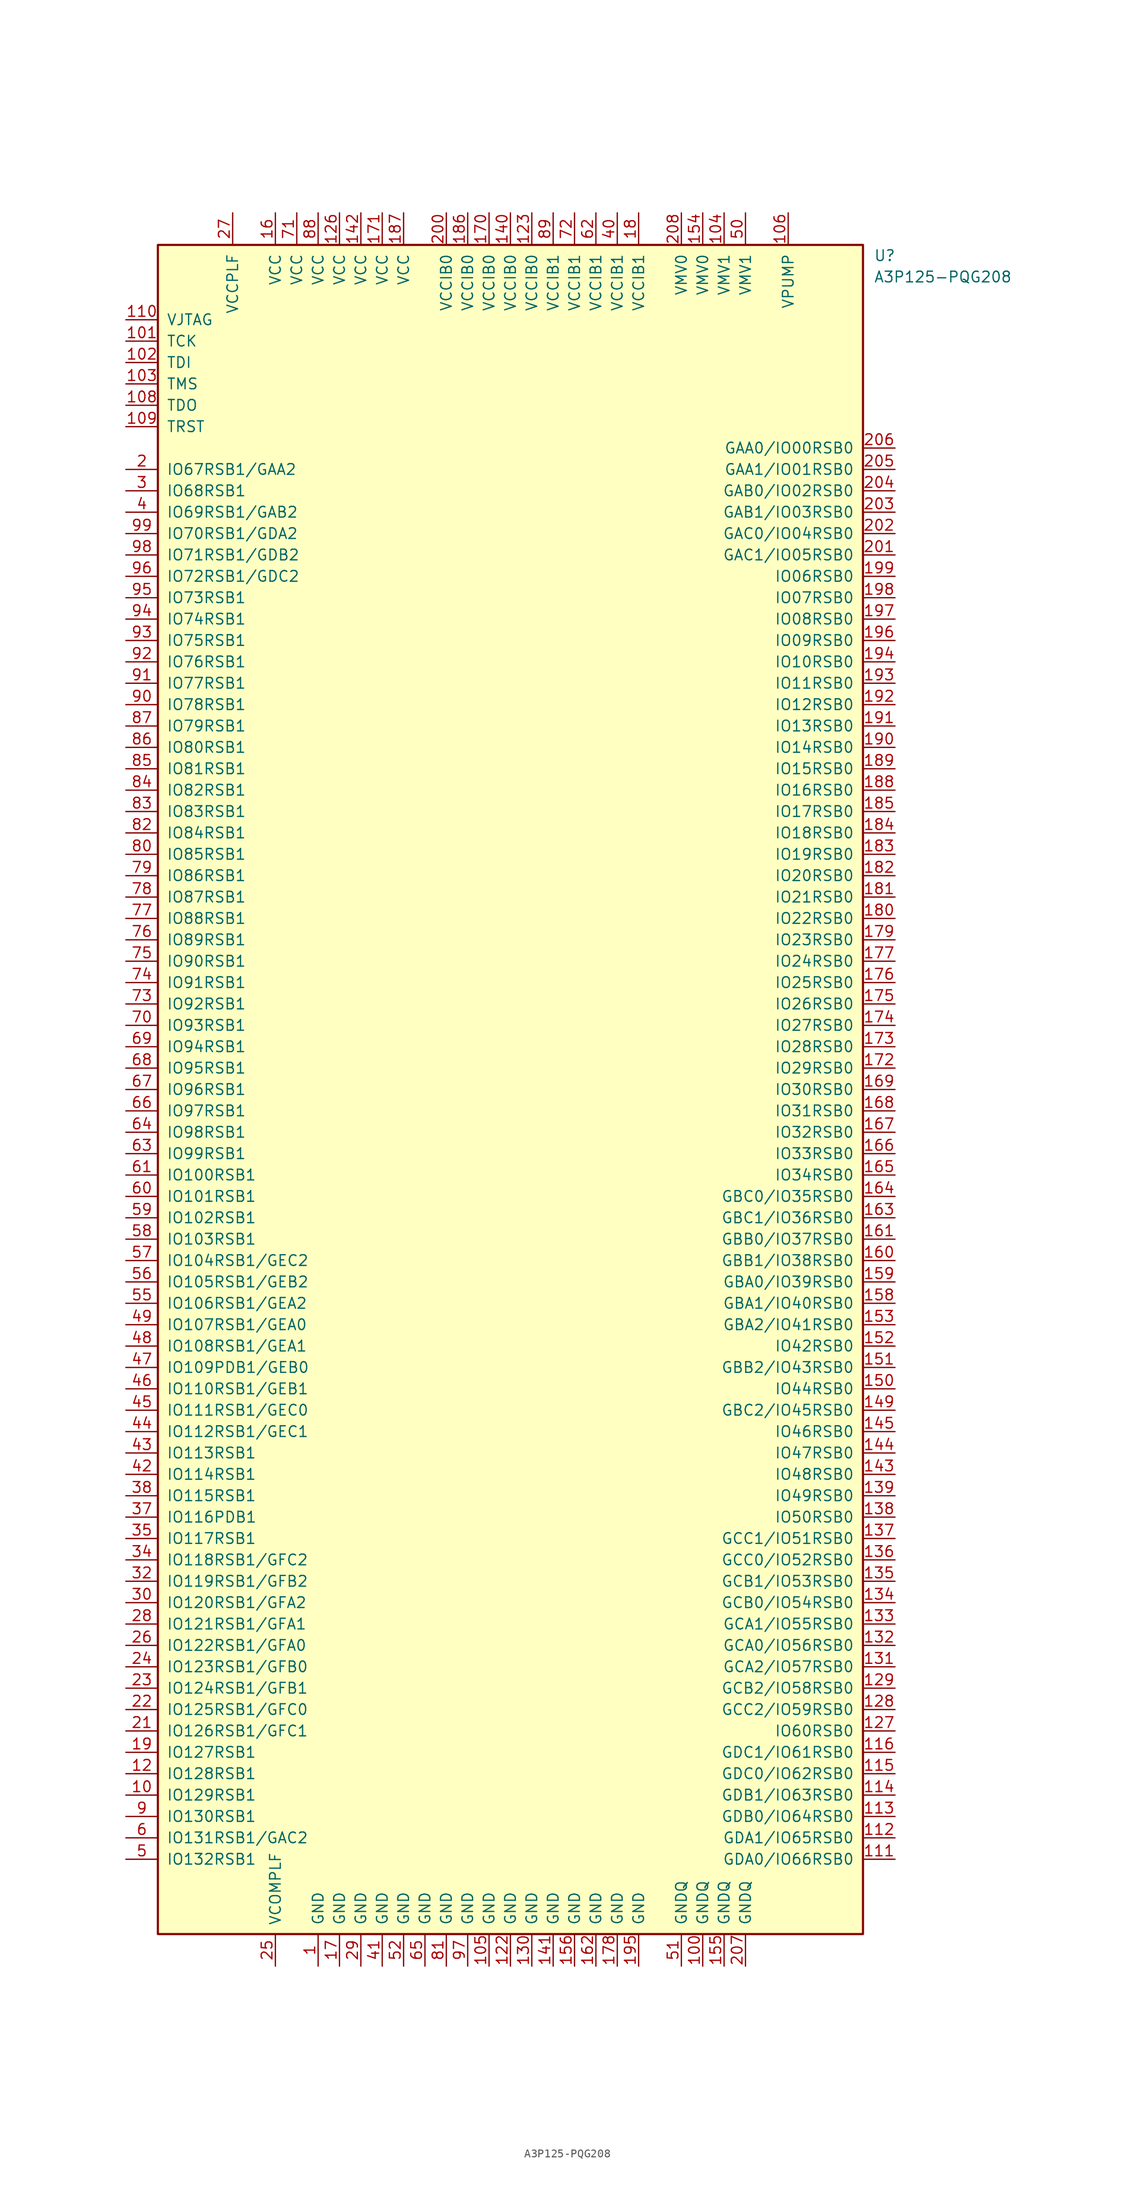
<source format=kicad_sym>
(kicad_symbol_lib
  (version 20211014)
  (generator kicad_symbol_editor)
  (symbol "A3P125-PQG208"
    (pin_names
      (offset 1.016))
    (property "Reference" "U"
      (at 43.18 99.06 0)
      (effects (font (size 1.27 1.27)) (justify left)))
    (property "Value" "A3P125-PQG208"
      (at 43.18 96.52 0)
      (effects (font (size 1.27 1.27)) (justify left)))
    (symbol "A3P125-PQG208_1_0"
      (rectangle (start -41.91 -100.33) (end 41.91 100.33) (stroke (width 0.254) (type default) (color 0 0 0 0)) (fill (type background))))
    (symbol "A3P125-PQG208_1_1"
      (pin power_in line (at -22.86 -104.14 90) (length 3.81) (name "GND" (effects (font (size 1.27 1.27)))) (number "1" (effects (font (size 1.27 1.27)))))
      (pin bidirectional line (at -45.72 -83.82 0) (length 3.81) (name "IO129RSB1" (effects (font (size 1.27 1.27)))) (number "10" (effects (font (size 1.27 1.27)))))
      (pin power_in line (at 22.86 -104.14 90) (length 3.81) (name "GNDQ" (effects (font (size 1.27 1.27)))) (number "100" (effects (font (size 1.27 1.27)))))
      (pin bidirectional line (at -45.72 88.9 0) (length 3.81) (name "TCK" (effects (font (size 1.27 1.27)))) (number "101" (effects (font (size 1.27 1.27)))))
      (pin bidirectional line (at -45.72 86.36 0) (length 3.81) (name "TDI" (effects (font (size 1.27 1.27)))) (number "102" (effects (font (size 1.27 1.27)))))
      (pin bidirectional line (at -45.72 83.82 0) (length 3.81) (name "TMS" (effects (font (size 1.27 1.27)))) (number "103" (effects (font (size 1.27 1.27)))))
      (pin power_in line (at 25.4 104.14 270) (length 3.81) (name "VMV1" (effects (font (size 1.27 1.27)))) (number "104" (effects (font (size 1.27 1.27)))))
      (pin power_in line (at -2.54 -104.14 90) (length 3.81) (name "GND" (effects (font (size 1.27 1.27)))) (number "105" (effects (font (size 1.27 1.27)))))
      (pin power_in line (at 33.02 104.14 270) (length 3.81) (name "VPUMP" (effects (font (size 1.27 1.27)))) (number "106" (effects (font (size 1.27 1.27)))))
      (pin bidirectional line (at -45.72 81.28 0) (length 3.81) (name "TDO" (effects (font (size 1.27 1.27)))) (number "108" (effects (font (size 1.27 1.27)))))
      (pin bidirectional line (at -45.72 78.74 0) (length 3.81) (name "TRST" (effects (font (size 1.27 1.27)))) (number "109" (effects (font (size 1.27 1.27)))))
      (pin power_in line (at -45.72 91.44 0) (length 3.81) (name "VJTAG" (effects (font (size 1.27 1.27)))) (number "110" (effects (font (size 1.27 1.27)))))
      (pin bidirectional line (at 45.72 -91.44 180) (length 3.81) (name "GDA0/IO66RSB0" (effects (font (size 1.27 1.27)))) (number "111" (effects (font (size 1.27 1.27)))))
      (pin bidirectional line (at 45.72 -88.9 180) (length 3.81) (name "GDA1/IO65RSB0" (effects (font (size 1.27 1.27)))) (number "112" (effects (font (size 1.27 1.27)))))
      (pin bidirectional line (at 45.72 -86.36 180) (length 3.81) (name "GDB0/IO64RSB0" (effects (font (size 1.27 1.27)))) (number "113" (effects (font (size 1.27 1.27)))))
      (pin bidirectional line (at 45.72 -83.82 180) (length 3.81) (name "GDB1/IO63RSB0" (effects (font (size 1.27 1.27)))) (number "114" (effects (font (size 1.27 1.27)))))
      (pin bidirectional line (at 45.72 -81.28 180) (length 3.81) (name "GDC0/IO62RSB0" (effects (font (size 1.27 1.27)))) (number "115" (effects (font (size 1.27 1.27)))))
      (pin bidirectional line (at 45.72 -78.74 180) (length 3.81) (name "GDC1/IO61RSB0" (effects (font (size 1.27 1.27)))) (number "116" (effects (font (size 1.27 1.27)))))
      (pin bidirectional line (at -45.72 -81.28 0) (length 3.81) (name "IO128RSB1" (effects (font (size 1.27 1.27)))) (number "12" (effects (font (size 1.27 1.27)))))
      (pin power_in line (at 0 -104.14 90) (length 3.81) (name "GND" (effects (font (size 1.27 1.27)))) (number "122" (effects (font (size 1.27 1.27)))))
      (pin power_in line (at 2.54 104.14 270) (length 3.81) (name "VCCIB0" (effects (font (size 1.27 1.27)))) (number "123" (effects (font (size 1.27 1.27)))))
      (pin power_in line (at -20.32 104.14 270) (length 3.81) (name "VCC" (effects (font (size 1.27 1.27)))) (number "126" (effects (font (size 1.27 1.27)))))
      (pin bidirectional line (at 45.72 -76.2 180) (length 3.81) (name "IO60RSB0" (effects (font (size 1.27 1.27)))) (number "127" (effects (font (size 1.27 1.27)))))
      (pin bidirectional line (at 45.72 -73.66 180) (length 3.81) (name "GCC2/IO59RSB0" (effects (font (size 1.27 1.27)))) (number "128" (effects (font (size 1.27 1.27)))))
      (pin bidirectional line (at 45.72 -71.12 180) (length 3.81) (name "GCB2/IO58RSB0" (effects (font (size 1.27 1.27)))) (number "129" (effects (font (size 1.27 1.27)))))
      (pin power_in line (at 2.54 -104.14 90) (length 3.81) (name "GND" (effects (font (size 1.27 1.27)))) (number "130" (effects (font (size 1.27 1.27)))))
      (pin bidirectional line (at 45.72 -68.58 180) (length 3.81) (name "GCA2/IO57RSB0" (effects (font (size 1.27 1.27)))) (number "131" (effects (font (size 1.27 1.27)))))
      (pin bidirectional line (at 45.72 -66.04 180) (length 3.81) (name "GCA0/IO56RSB0" (effects (font (size 1.27 1.27)))) (number "132" (effects (font (size 1.27 1.27)))))
      (pin bidirectional line (at 45.72 -63.5 180) (length 3.81) (name "GCA1/IO55RSB0" (effects (font (size 1.27 1.27)))) (number "133" (effects (font (size 1.27 1.27)))))
      (pin bidirectional line (at 45.72 -60.96 180) (length 3.81) (name "GCB0/IO54RSB0" (effects (font (size 1.27 1.27)))) (number "134" (effects (font (size 1.27 1.27)))))
      (pin bidirectional line (at 45.72 -58.42 180) (length 3.81) (name "GCB1/IO53RSB0" (effects (font (size 1.27 1.27)))) (number "135" (effects (font (size 1.27 1.27)))))
      (pin bidirectional line (at 45.72 -55.88 180) (length 3.81) (name "GCC0/IO52RSB0" (effects (font (size 1.27 1.27)))) (number "136" (effects (font (size 1.27 1.27)))))
      (pin bidirectional line (at 45.72 -53.34 180) (length 3.81) (name "GCC1/IO51RSB0" (effects (font (size 1.27 1.27)))) (number "137" (effects (font (size 1.27 1.27)))))
      (pin bidirectional line (at 45.72 -50.8 180) (length 3.81) (name "IO50RSB0" (effects (font (size 1.27 1.27)))) (number "138" (effects (font (size 1.27 1.27)))))
      (pin bidirectional line (at 45.72 -48.26 180) (length 3.81) (name "IO49RSB0" (effects (font (size 1.27 1.27)))) (number "139" (effects (font (size 1.27 1.27)))))
      (pin power_in line (at 0 104.14 270) (length 3.81) (name "VCCIB0" (effects (font (size 1.27 1.27)))) (number "140" (effects (font (size 1.27 1.27)))))
      (pin power_in line (at 5.08 -104.14 90) (length 3.81) (name "GND" (effects (font (size 1.27 1.27)))) (number "141" (effects (font (size 1.27 1.27)))))
      (pin power_in line (at -17.78 104.14 270) (length 3.81) (name "VCC" (effects (font (size 1.27 1.27)))) (number "142" (effects (font (size 1.27 1.27)))))
      (pin bidirectional line (at 45.72 -45.72 180) (length 3.81) (name "IO48RSB0" (effects (font (size 1.27 1.27)))) (number "143" (effects (font (size 1.27 1.27)))))
      (pin bidirectional line (at 45.72 -43.18 180) (length 3.81) (name "IO47RSB0" (effects (font (size 1.27 1.27)))) (number "144" (effects (font (size 1.27 1.27)))))
      (pin bidirectional line (at 45.72 -40.64 180) (length 3.81) (name "IO46RSB0" (effects (font (size 1.27 1.27)))) (number "145" (effects (font (size 1.27 1.27)))))
      (pin bidirectional line (at 45.72 -38.1 180) (length 3.81) (name "GBC2/IO45RSB0" (effects (font (size 1.27 1.27)))) (number "149" (effects (font (size 1.27 1.27)))))
      (pin bidirectional line (at 45.72 -35.56 180) (length 3.81) (name "IO44RSB0" (effects (font (size 1.27 1.27)))) (number "150" (effects (font (size 1.27 1.27)))))
      (pin bidirectional line (at 45.72 -33.02 180) (length 3.81) (name "GBB2/IO43RSB0" (effects (font (size 1.27 1.27)))) (number "151" (effects (font (size 1.27 1.27)))))
      (pin bidirectional line (at 45.72 -30.48 180) (length 3.81) (name "IO42RSB0" (effects (font (size 1.27 1.27)))) (number "152" (effects (font (size 1.27 1.27)))))
      (pin bidirectional line (at 45.72 -27.94 180) (length 3.81) (name "GBA2/IO41RSB0" (effects (font (size 1.27 1.27)))) (number "153" (effects (font (size 1.27 1.27)))))
      (pin power_in line (at 22.86 104.14 270) (length 3.81) (name "VMV0" (effects (font (size 1.27 1.27)))) (number "154" (effects (font (size 1.27 1.27)))))
      (pin power_in line (at 25.4 -104.14 90) (length 3.81) (name "GNDQ" (effects (font (size 1.27 1.27)))) (number "155" (effects (font (size 1.27 1.27)))))
      (pin power_in line (at 7.62 -104.14 90) (length 3.81) (name "GND" (effects (font (size 1.27 1.27)))) (number "156" (effects (font (size 1.27 1.27)))))
      (pin bidirectional line (at 45.72 -25.4 180) (length 3.81) (name "GBA1/IO40RSB0" (effects (font (size 1.27 1.27)))) (number "158" (effects (font (size 1.27 1.27)))))
      (pin bidirectional line (at 45.72 -22.86 180) (length 3.81) (name "GBA0/IO39RSB0" (effects (font (size 1.27 1.27)))) (number "159" (effects (font (size 1.27 1.27)))))
      (pin power_in line (at -27.94 104.14 270) (length 3.81) (name "VCC" (effects (font (size 1.27 1.27)))) (number "16" (effects (font (size 1.27 1.27)))))
      (pin bidirectional line (at 45.72 -20.32 180) (length 3.81) (name "GBB1/IO38RSB0" (effects (font (size 1.27 1.27)))) (number "160" (effects (font (size 1.27 1.27)))))
      (pin bidirectional line (at 45.72 -17.78 180) (length 3.81) (name "GBB0/IO37RSB0" (effects (font (size 1.27 1.27)))) (number "161" (effects (font (size 1.27 1.27)))))
      (pin power_in line (at 10.16 -104.14 90) (length 3.81) (name "GND" (effects (font (size 1.27 1.27)))) (number "162" (effects (font (size 1.27 1.27)))))
      (pin bidirectional line (at 45.72 -15.24 180) (length 3.81) (name "GBC1/IO36RSB0" (effects (font (size 1.27 1.27)))) (number "163" (effects (font (size 1.27 1.27)))))
      (pin bidirectional line (at 45.72 -12.7 180) (length 3.81) (name "GBC0/IO35RSB0" (effects (font (size 1.27 1.27)))) (number "164" (effects (font (size 1.27 1.27)))))
      (pin bidirectional line (at 45.72 -10.16 180) (length 3.81) (name "IO34RSB0" (effects (font (size 1.27 1.27)))) (number "165" (effects (font (size 1.27 1.27)))))
      (pin bidirectional line (at 45.72 -7.62 180) (length 3.81) (name "IO33RSB0" (effects (font (size 1.27 1.27)))) (number "166" (effects (font (size 1.27 1.27)))))
      (pin bidirectional line (at 45.72 -5.08 180) (length 3.81) (name "IO32RSB0" (effects (font (size 1.27 1.27)))) (number "167" (effects (font (size 1.27 1.27)))))
      (pin bidirectional line (at 45.72 -2.54 180) (length 3.81) (name "IO31RSB0" (effects (font (size 1.27 1.27)))) (number "168" (effects (font (size 1.27 1.27)))))
      (pin bidirectional line (at 45.72 0 180) (length 3.81) (name "IO30RSB0" (effects (font (size 1.27 1.27)))) (number "169" (effects (font (size 1.27 1.27)))))
      (pin power_in line (at -20.32 -104.14 90) (length 3.81) (name "GND" (effects (font (size 1.27 1.27)))) (number "17" (effects (font (size 1.27 1.27)))))
      (pin power_in line (at -2.54 104.14 270) (length 3.81) (name "VCCIB0" (effects (font (size 1.27 1.27)))) (number "170" (effects (font (size 1.27 1.27)))))
      (pin power_in line (at -15.24 104.14 270) (length 3.81) (name "VCC" (effects (font (size 1.27 1.27)))) (number "171" (effects (font (size 1.27 1.27)))))
      (pin bidirectional line (at 45.72 2.54 180) (length 3.81) (name "IO29RSB0" (effects (font (size 1.27 1.27)))) (number "172" (effects (font (size 1.27 1.27)))))
      (pin bidirectional line (at 45.72 5.08 180) (length 3.81) (name "IO28RSB0" (effects (font (size 1.27 1.27)))) (number "173" (effects (font (size 1.27 1.27)))))
      (pin bidirectional line (at 45.72 7.62 180) (length 3.81) (name "IO27RSB0" (effects (font (size 1.27 1.27)))) (number "174" (effects (font (size 1.27 1.27)))))
      (pin bidirectional line (at 45.72 10.16 180) (length 3.81) (name "IO26RSB0" (effects (font (size 1.27 1.27)))) (number "175" (effects (font (size 1.27 1.27)))))
      (pin bidirectional line (at 45.72 12.7 180) (length 3.81) (name "IO25RSB0" (effects (font (size 1.27 1.27)))) (number "176" (effects (font (size 1.27 1.27)))))
      (pin bidirectional line (at 45.72 15.24 180) (length 3.81) (name "IO24RSB0" (effects (font (size 1.27 1.27)))) (number "177" (effects (font (size 1.27 1.27)))))
      (pin power_in line (at 12.7 -104.14 90) (length 3.81) (name "GND" (effects (font (size 1.27 1.27)))) (number "178" (effects (font (size 1.27 1.27)))))
      (pin bidirectional line (at 45.72 17.78 180) (length 3.81) (name "IO23RSB0" (effects (font (size 1.27 1.27)))) (number "179" (effects (font (size 1.27 1.27)))))
      (pin power_in line (at 15.24 104.14 270) (length 3.81) (name "VCCIB1" (effects (font (size 1.27 1.27)))) (number "18" (effects (font (size 1.27 1.27)))))
      (pin bidirectional line (at 45.72 20.32 180) (length 3.81) (name "IO22RSB0" (effects (font (size 1.27 1.27)))) (number "180" (effects (font (size 1.27 1.27)))))
      (pin bidirectional line (at 45.72 22.86 180) (length 3.81) (name "IO21RSB0" (effects (font (size 1.27 1.27)))) (number "181" (effects (font (size 1.27 1.27)))))
      (pin bidirectional line (at 45.72 25.4 180) (length 3.81) (name "IO20RSB0" (effects (font (size 1.27 1.27)))) (number "182" (effects (font (size 1.27 1.27)))))
      (pin bidirectional line (at 45.72 27.94 180) (length 3.81) (name "IO19RSB0" (effects (font (size 1.27 1.27)))) (number "183" (effects (font (size 1.27 1.27)))))
      (pin bidirectional line (at 45.72 30.48 180) (length 3.81) (name "IO18RSB0" (effects (font (size 1.27 1.27)))) (number "184" (effects (font (size 1.27 1.27)))))
      (pin bidirectional line (at 45.72 33.02 180) (length 3.81) (name "IO17RSB0" (effects (font (size 1.27 1.27)))) (number "185" (effects (font (size 1.27 1.27)))))
      (pin power_in line (at -5.08 104.14 270) (length 3.81) (name "VCCIB0" (effects (font (size 1.27 1.27)))) (number "186" (effects (font (size 1.27 1.27)))))
      (pin power_in line (at -12.7 104.14 270) (length 3.81) (name "VCC" (effects (font (size 1.27 1.27)))) (number "187" (effects (font (size 1.27 1.27)))))
      (pin bidirectional line (at 45.72 35.56 180) (length 3.81) (name "IO16RSB0" (effects (font (size 1.27 1.27)))) (number "188" (effects (font (size 1.27 1.27)))))
      (pin bidirectional line (at 45.72 38.1 180) (length 3.81) (name "IO15RSB0" (effects (font (size 1.27 1.27)))) (number "189" (effects (font (size 1.27 1.27)))))
      (pin bidirectional line (at -45.72 -78.74 0) (length 3.81) (name "IO127RSB1" (effects (font (size 1.27 1.27)))) (number "19" (effects (font (size 1.27 1.27)))))
      (pin bidirectional line (at 45.72 40.64 180) (length 3.81) (name "IO14RSB0" (effects (font (size 1.27 1.27)))) (number "190" (effects (font (size 1.27 1.27)))))
      (pin bidirectional line (at 45.72 43.18 180) (length 3.81) (name "IO13RSB0" (effects (font (size 1.27 1.27)))) (number "191" (effects (font (size 1.27 1.27)))))
      (pin bidirectional line (at 45.72 45.72 180) (length 3.81) (name "IO12RSB0" (effects (font (size 1.27 1.27)))) (number "192" (effects (font (size 1.27 1.27)))))
      (pin bidirectional line (at 45.72 48.26 180) (length 3.81) (name "IO11RSB0" (effects (font (size 1.27 1.27)))) (number "193" (effects (font (size 1.27 1.27)))))
      (pin bidirectional line (at 45.72 50.8 180) (length 3.81) (name "IO10RSB0" (effects (font (size 1.27 1.27)))) (number "194" (effects (font (size 1.27 1.27)))))
      (pin power_in line (at 15.24 -104.14 90) (length 3.81) (name "GND" (effects (font (size 1.27 1.27)))) (number "195" (effects (font (size 1.27 1.27)))))
      (pin bidirectional line (at 45.72 53.34 180) (length 3.81) (name "IO09RSB0" (effects (font (size 1.27 1.27)))) (number "196" (effects (font (size 1.27 1.27)))))
      (pin bidirectional line (at 45.72 55.88 180) (length 3.81) (name "IO08RSB0" (effects (font (size 1.27 1.27)))) (number "197" (effects (font (size 1.27 1.27)))))
      (pin bidirectional line (at 45.72 58.42 180) (length 3.81) (name "IO07RSB0" (effects (font (size 1.27 1.27)))) (number "198" (effects (font (size 1.27 1.27)))))
      (pin bidirectional line (at 45.72 60.96 180) (length 3.81) (name "IO06RSB0" (effects (font (size 1.27 1.27)))) (number "199" (effects (font (size 1.27 1.27)))))
      (pin bidirectional line (at -45.72 73.66 0) (length 3.81) (name "IO67RSB1/GAA2" (effects (font (size 1.27 1.27)))) (number "2" (effects (font (size 1.27 1.27)))))
      (pin power_in line (at -7.62 104.14 270) (length 3.81) (name "VCCIB0" (effects (font (size 1.27 1.27)))) (number "200" (effects (font (size 1.27 1.27)))))
      (pin bidirectional line (at 45.72 63.5 180) (length 3.81) (name "GAC1/IO05RSB0" (effects (font (size 1.27 1.27)))) (number "201" (effects (font (size 1.27 1.27)))))
      (pin bidirectional line (at 45.72 66.04 180) (length 3.81) (name "GAC0/IO04RSB0" (effects (font (size 1.27 1.27)))) (number "202" (effects (font (size 1.27 1.27)))))
      (pin bidirectional line (at 45.72 68.58 180) (length 3.81) (name "GAB1/IO03RSB0" (effects (font (size 1.27 1.27)))) (number "203" (effects (font (size 1.27 1.27)))))
      (pin bidirectional line (at 45.72 71.12 180) (length 3.81) (name "GAB0/IO02RSB0" (effects (font (size 1.27 1.27)))) (number "204" (effects (font (size 1.27 1.27)))))
      (pin bidirectional line (at 45.72 73.66 180) (length 3.81) (name "GAA1/IO01RSB0" (effects (font (size 1.27 1.27)))) (number "205" (effects (font (size 1.27 1.27)))))
      (pin bidirectional line (at 45.72 76.2 180) (length 3.81) (name "GAA0/IO00RSB0" (effects (font (size 1.27 1.27)))) (number "206" (effects (font (size 1.27 1.27)))))
      (pin power_in line (at 27.94 -104.14 90) (length 3.81) (name "GNDQ" (effects (font (size 1.27 1.27)))) (number "207" (effects (font (size 1.27 1.27)))))
      (pin power_in line (at 20.32 104.14 270) (length 3.81) (name "VMV0" (effects (font (size 1.27 1.27)))) (number "208" (effects (font (size 1.27 1.27)))))
      (pin bidirectional line (at -45.72 -76.2 0) (length 3.81) (name "IO126RSB1/GFC1" (effects (font (size 1.27 1.27)))) (number "21" (effects (font (size 1.27 1.27)))))
      (pin bidirectional line (at -45.72 -73.66 0) (length 3.81) (name "IO125RSB1/GFC0" (effects (font (size 1.27 1.27)))) (number "22" (effects (font (size 1.27 1.27)))))
      (pin bidirectional line (at -45.72 -71.12 0) (length 3.81) (name "IO124RSB1/GFB1" (effects (font (size 1.27 1.27)))) (number "23" (effects (font (size 1.27 1.27)))))
      (pin bidirectional line (at -45.72 -68.58 0) (length 3.81) (name "IO123RSB1/GFB0" (effects (font (size 1.27 1.27)))) (number "24" (effects (font (size 1.27 1.27)))))
      (pin power_in line (at -27.94 -104.14 90) (length 3.81) (name "VCOMPLF" (effects (font (size 1.27 1.27)))) (number "25" (effects (font (size 1.27 1.27)))))
      (pin bidirectional line (at -45.72 -66.04 0) (length 3.81) (name "IO122RSB1/GFA0" (effects (font (size 1.27 1.27)))) (number "26" (effects (font (size 1.27 1.27)))))
      (pin power_in line (at -33.02 104.14 270) (length 3.81) (name "VCCPLF" (effects (font (size 1.27 1.27)))) (number "27" (effects (font (size 1.27 1.27)))))
      (pin bidirectional line (at -45.72 -63.5 0) (length 3.81) (name "IO121RSB1/GFA1" (effects (font (size 1.27 1.27)))) (number "28" (effects (font (size 1.27 1.27)))))
      (pin power_in line (at -17.78 -104.14 90) (length 3.81) (name "GND" (effects (font (size 1.27 1.27)))) (number "29" (effects (font (size 1.27 1.27)))))
      (pin bidirectional line (at -45.72 71.12 0) (length 3.81) (name "IO68RSB1" (effects (font (size 1.27 1.27)))) (number "3" (effects (font (size 1.27 1.27)))))
      (pin bidirectional line (at -45.72 -60.96 0) (length 3.81) (name "IO120RSB1/GFA2" (effects (font (size 1.27 1.27)))) (number "30" (effects (font (size 1.27 1.27)))))
      (pin bidirectional line (at -45.72 -58.42 0) (length 3.81) (name "IO119RSB1/GFB2" (effects (font (size 1.27 1.27)))) (number "32" (effects (font (size 1.27 1.27)))))
      (pin bidirectional line (at -45.72 -55.88 0) (length 3.81) (name "IO118RSB1/GFC2" (effects (font (size 1.27 1.27)))) (number "34" (effects (font (size 1.27 1.27)))))
      (pin bidirectional line (at -45.72 -53.34 0) (length 3.81) (name "IO117RSB1" (effects (font (size 1.27 1.27)))) (number "35" (effects (font (size 1.27 1.27)))))
      (pin bidirectional line (at -45.72 -50.8 0) (length 3.81) (name "IO116PDB1" (effects (font (size 1.27 1.27)))) (number "37" (effects (font (size 1.27 1.27)))))
      (pin bidirectional line (at -45.72 -48.26 0) (length 3.81) (name "IO115RSB1" (effects (font (size 1.27 1.27)))) (number "38" (effects (font (size 1.27 1.27)))))
      (pin bidirectional line (at -45.72 68.58 0) (length 3.81) (name "IO69RSB1/GAB2" (effects (font (size 1.27 1.27)))) (number "4" (effects (font (size 1.27 1.27)))))
      (pin power_in line (at 12.7 104.14 270) (length 3.81) (name "VCCIB1" (effects (font (size 1.27 1.27)))) (number "40" (effects (font (size 1.27 1.27)))))
      (pin power_in line (at -15.24 -104.14 90) (length 3.81) (name "GND" (effects (font (size 1.27 1.27)))) (number "41" (effects (font (size 1.27 1.27)))))
      (pin bidirectional line (at -45.72 -45.72 0) (length 3.81) (name "IO114RSB1" (effects (font (size 1.27 1.27)))) (number "42" (effects (font (size 1.27 1.27)))))
      (pin bidirectional line (at -45.72 -43.18 0) (length 3.81) (name "IO113RSB1" (effects (font (size 1.27 1.27)))) (number "43" (effects (font (size 1.27 1.27)))))
      (pin bidirectional line (at -45.72 -40.64 0) (length 3.81) (name "IO112RSB1/GEC1" (effects (font (size 1.27 1.27)))) (number "44" (effects (font (size 1.27 1.27)))))
      (pin bidirectional line (at -45.72 -38.1 0) (length 3.81) (name "IO111RSB1/GEC0" (effects (font (size 1.27 1.27)))) (number "45" (effects (font (size 1.27 1.27)))))
      (pin bidirectional line (at -45.72 -35.56 0) (length 3.81) (name "IO110RSB1/GEB1" (effects (font (size 1.27 1.27)))) (number "46" (effects (font (size 1.27 1.27)))))
      (pin bidirectional line (at -45.72 -33.02 0) (length 3.81) (name "IO109PDB1/GEB0" (effects (font (size 1.27 1.27)))) (number "47" (effects (font (size 1.27 1.27)))))
      (pin bidirectional line (at -45.72 -30.48 0) (length 3.81) (name "IO108RSB1/GEA1" (effects (font (size 1.27 1.27)))) (number "48" (effects (font (size 1.27 1.27)))))
      (pin bidirectional line (at -45.72 -27.94 0) (length 3.81) (name "IO107RSB1/GEA0" (effects (font (size 1.27 1.27)))) (number "49" (effects (font (size 1.27 1.27)))))
      (pin bidirectional line (at -45.72 -91.44 0) (length 3.81) (name "IO132RSB1" (effects (font (size 1.27 1.27)))) (number "5" (effects (font (size 1.27 1.27)))))
      (pin power_in line (at 27.94 104.14 270) (length 3.81) (name "VMV1" (effects (font (size 1.27 1.27)))) (number "50" (effects (font (size 1.27 1.27)))))
      (pin power_in line (at 20.32 -104.14 90) (length 3.81) (name "GNDQ" (effects (font (size 1.27 1.27)))) (number "51" (effects (font (size 1.27 1.27)))))
      (pin power_in line (at -12.7 -104.14 90) (length 3.81) (name "GND" (effects (font (size 1.27 1.27)))) (number "52" (effects (font (size 1.27 1.27)))))
      (pin bidirectional line (at -45.72 -25.4 0) (length 3.81) (name "IO106RSB1/GEA2" (effects (font (size 1.27 1.27)))) (number "55" (effects (font (size 1.27 1.27)))))
      (pin bidirectional line (at -45.72 -22.86 0) (length 3.81) (name "IO105RSB1/GEB2" (effects (font (size 1.27 1.27)))) (number "56" (effects (font (size 1.27 1.27)))))
      (pin bidirectional line (at -45.72 -20.32 0) (length 3.81) (name "IO104RSB1/GEC2" (effects (font (size 1.27 1.27)))) (number "57" (effects (font (size 1.27 1.27)))))
      (pin bidirectional line (at -45.72 -17.78 0) (length 3.81) (name "IO103RSB1" (effects (font (size 1.27 1.27)))) (number "58" (effects (font (size 1.27 1.27)))))
      (pin bidirectional line (at -45.72 -15.24 0) (length 3.81) (name "IO102RSB1" (effects (font (size 1.27 1.27)))) (number "59" (effects (font (size 1.27 1.27)))))
      (pin bidirectional line (at -45.72 -88.9 0) (length 3.81) (name "IO131RSB1/GAC2" (effects (font (size 1.27 1.27)))) (number "6" (effects (font (size 1.27 1.27)))))
      (pin bidirectional line (at -45.72 -12.7 0) (length 3.81) (name "IO101RSB1" (effects (font (size 1.27 1.27)))) (number "60" (effects (font (size 1.27 1.27)))))
      (pin bidirectional line (at -45.72 -10.16 0) (length 3.81) (name "IO100RSB1" (effects (font (size 1.27 1.27)))) (number "61" (effects (font (size 1.27 1.27)))))
      (pin power_in line (at 10.16 104.14 270) (length 3.81) (name "VCCIB1" (effects (font (size 1.27 1.27)))) (number "62" (effects (font (size 1.27 1.27)))))
      (pin bidirectional line (at -45.72 -7.62 0) (length 3.81) (name "IO99RSB1" (effects (font (size 1.27 1.27)))) (number "63" (effects (font (size 1.27 1.27)))))
      (pin bidirectional line (at -45.72 -5.08 0) (length 3.81) (name "IO98RSB1" (effects (font (size 1.27 1.27)))) (number "64" (effects (font (size 1.27 1.27)))))
      (pin power_in line (at -10.16 -104.14 90) (length 3.81) (name "GND" (effects (font (size 1.27 1.27)))) (number "65" (effects (font (size 1.27 1.27)))))
      (pin bidirectional line (at -45.72 -2.54 0) (length 3.81) (name "IO97RSB1" (effects (font (size 1.27 1.27)))) (number "66" (effects (font (size 1.27 1.27)))))
      (pin bidirectional line (at -45.72 0 0) (length 3.81) (name "IO96RSB1" (effects (font (size 1.27 1.27)))) (number "67" (effects (font (size 1.27 1.27)))))
      (pin bidirectional line (at -45.72 2.54 0) (length 3.81) (name "IO95RSB1" (effects (font (size 1.27 1.27)))) (number "68" (effects (font (size 1.27 1.27)))))
      (pin bidirectional line (at -45.72 5.08 0) (length 3.81) (name "IO94RSB1" (effects (font (size 1.27 1.27)))) (number "69" (effects (font (size 1.27 1.27)))))
      (pin bidirectional line (at -45.72 7.62 0) (length 3.81) (name "IO93RSB1" (effects (font (size 1.27 1.27)))) (number "70" (effects (font (size 1.27 1.27)))))
      (pin power_in line (at -25.4 104.14 270) (length 3.81) (name "VCC" (effects (font (size 1.27 1.27)))) (number "71" (effects (font (size 1.27 1.27)))))
      (pin power_in line (at 7.62 104.14 270) (length 3.81) (name "VCCIB1" (effects (font (size 1.27 1.27)))) (number "72" (effects (font (size 1.27 1.27)))))
      (pin bidirectional line (at -45.72 10.16 0) (length 3.81) (name "IO92RSB1" (effects (font (size 1.27 1.27)))) (number "73" (effects (font (size 1.27 1.27)))))
      (pin bidirectional line (at -45.72 12.7 0) (length 3.81) (name "IO91RSB1" (effects (font (size 1.27 1.27)))) (number "74" (effects (font (size 1.27 1.27)))))
      (pin bidirectional line (at -45.72 15.24 0) (length 3.81) (name "IO90RSB1" (effects (font (size 1.27 1.27)))) (number "75" (effects (font (size 1.27 1.27)))))
      (pin bidirectional line (at -45.72 17.78 0) (length 3.81) (name "IO89RSB1" (effects (font (size 1.27 1.27)))) (number "76" (effects (font (size 1.27 1.27)))))
      (pin bidirectional line (at -45.72 20.32 0) (length 3.81) (name "IO88RSB1" (effects (font (size 1.27 1.27)))) (number "77" (effects (font (size 1.27 1.27)))))
      (pin bidirectional line (at -45.72 22.86 0) (length 3.81) (name "IO87RSB1" (effects (font (size 1.27 1.27)))) (number "78" (effects (font (size 1.27 1.27)))))
      (pin bidirectional line (at -45.72 25.4 0) (length 3.81) (name "IO86RSB1" (effects (font (size 1.27 1.27)))) (number "79" (effects (font (size 1.27 1.27)))))
      (pin bidirectional line (at -45.72 27.94 0) (length 3.81) (name "IO85RSB1" (effects (font (size 1.27 1.27)))) (number "80" (effects (font (size 1.27 1.27)))))
      (pin power_in line (at -7.62 -104.14 90) (length 3.81) (name "GND" (effects (font (size 1.27 1.27)))) (number "81" (effects (font (size 1.27 1.27)))))
      (pin bidirectional line (at -45.72 30.48 0) (length 3.81) (name "IO84RSB1" (effects (font (size 1.27 1.27)))) (number "82" (effects (font (size 1.27 1.27)))))
      (pin bidirectional line (at -45.72 33.02 0) (length 3.81) (name "IO83RSB1" (effects (font (size 1.27 1.27)))) (number "83" (effects (font (size 1.27 1.27)))))
      (pin bidirectional line (at -45.72 35.56 0) (length 3.81) (name "IO82RSB1" (effects (font (size 1.27 1.27)))) (number "84" (effects (font (size 1.27 1.27)))))
      (pin bidirectional line (at -45.72 38.1 0) (length 3.81) (name "IO81RSB1" (effects (font (size 1.27 1.27)))) (number "85" (effects (font (size 1.27 1.27)))))
      (pin bidirectional line (at -45.72 40.64 0) (length 3.81) (name "IO80RSB1" (effects (font (size 1.27 1.27)))) (number "86" (effects (font (size 1.27 1.27)))))
      (pin bidirectional line (at -45.72 43.18 0) (length 3.81) (name "IO79RSB1" (effects (font (size 1.27 1.27)))) (number "87" (effects (font (size 1.27 1.27)))))
      (pin power_in line (at -22.86 104.14 270) (length 3.81) (name "VCC" (effects (font (size 1.27 1.27)))) (number "88" (effects (font (size 1.27 1.27)))))
      (pin power_in line (at 5.08 104.14 270) (length 3.81) (name "VCCIB1" (effects (font (size 1.27 1.27)))) (number "89" (effects (font (size 1.27 1.27)))))
      (pin bidirectional line (at -45.72 -86.36 0) (length 3.81) (name "IO130RSB1" (effects (font (size 1.27 1.27)))) (number "9" (effects (font (size 1.27 1.27)))))
      (pin bidirectional line (at -45.72 45.72 0) (length 3.81) (name "IO78RSB1" (effects (font (size 1.27 1.27)))) (number "90" (effects (font (size 1.27 1.27)))))
      (pin bidirectional line (at -45.72 48.26 0) (length 3.81) (name "IO77RSB1" (effects (font (size 1.27 1.27)))) (number "91" (effects (font (size 1.27 1.27)))))
      (pin bidirectional line (at -45.72 50.8 0) (length 3.81) (name "IO76RSB1" (effects (font (size 1.27 1.27)))) (number "92" (effects (font (size 1.27 1.27)))))
      (pin bidirectional line (at -45.72 53.34 0) (length 3.81) (name "IO75RSB1" (effects (font (size 1.27 1.27)))) (number "93" (effects (font (size 1.27 1.27)))))
      (pin bidirectional line (at -45.72 55.88 0) (length 3.81) (name "IO74RSB1" (effects (font (size 1.27 1.27)))) (number "94" (effects (font (size 1.27 1.27)))))
      (pin bidirectional line (at -45.72 58.42 0) (length 3.81) (name "IO73RSB1" (effects (font (size 1.27 1.27)))) (number "95" (effects (font (size 1.27 1.27)))))
      (pin bidirectional line (at -45.72 60.96 0) (length 3.81) (name "IO72RSB1/GDC2" (effects (font (size 1.27 1.27)))) (number "96" (effects (font (size 1.27 1.27)))))
      (pin power_in line (at -5.08 -104.14 90) (length 3.81) (name "GND" (effects (font (size 1.27 1.27)))) (number "97" (effects (font (size 1.27 1.27)))))
      (pin bidirectional line (at -45.72 63.5 0) (length 3.81) (name "IO71RSB1/GDB2" (effects (font (size 1.27 1.27)))) (number "98" (effects (font (size 1.27 1.27)))))
      (pin bidirectional line (at -45.72 66.04 0) (length 3.81) (name "IO70RSB1/GDA2" (effects (font (size 1.27 1.27)))) (number "99" (effects (font (size 1.27 1.27))))))))
</source>
